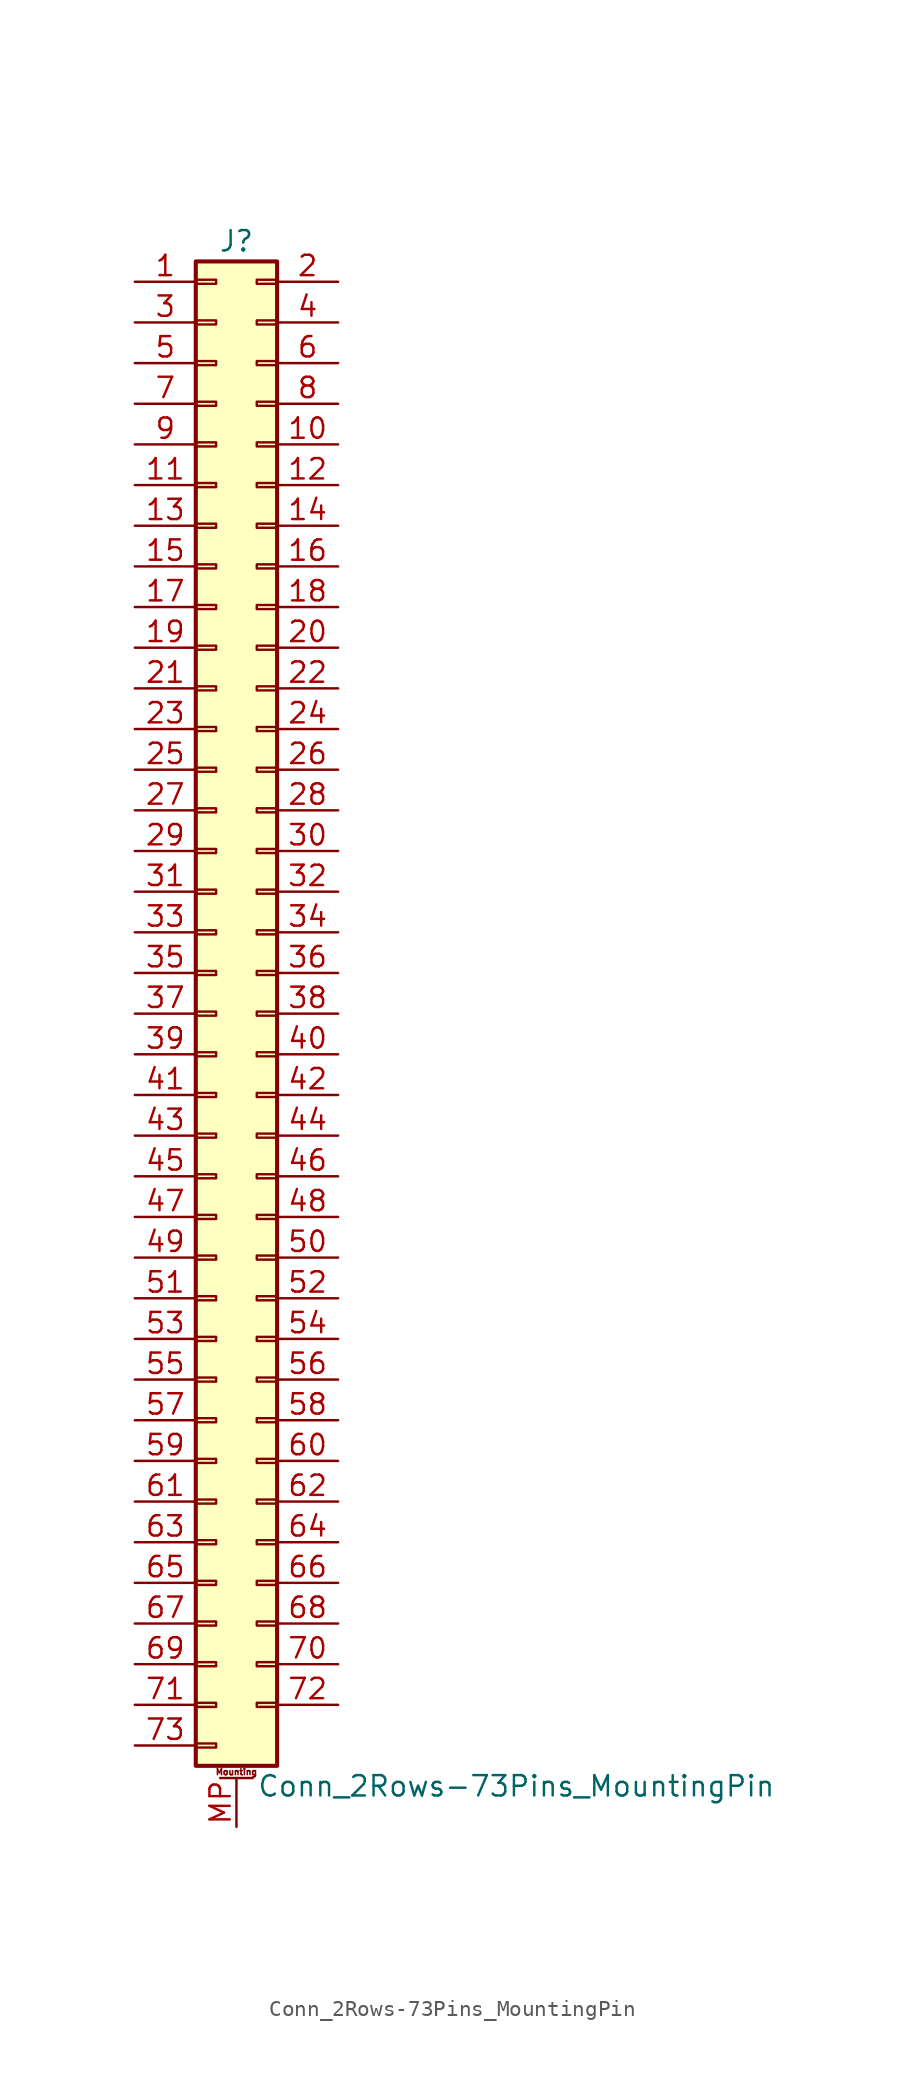
<source format=kicad_sym>
(kicad_symbol_lib
  (version 20200908)
  (generator kicad_symbol_editor)
  (symbol "Connector_Generic_MountingPin:Conn_2Rows-73Pins_MountingPin"
    (pin_names
      (offset 1.016) hide)
    (property "Reference" "J"
      (at 1.27 48.26 0)
      (effects (font (size 1.27 1.27))))
    (property "Value" "Conn_2Rows-73Pins_MountingPin"
      (at 2.54 -48.26 0)
      (effects (font (size 1.27 1.27)) (justify left)))
    (symbol "Conn_2Rows-73Pins_MountingPin_1_1"
      (text "Mounting" (at 1.27 -47.371 0) (effects (font (size 0.381 0.381))))
      (rectangle (start -1.27 -27.813) (end 0 -28.067) (stroke (width 0.152)) (fill (type none)))
      (rectangle (start -1.27 -30.353) (end 0 -30.607) (stroke (width 0.152)) (fill (type none)))
      (rectangle (start -1.27 -32.893) (end 0 -33.147) (stroke (width 0.152)) (fill (type none)))
      (rectangle (start -1.27 -35.433) (end 0 -35.687) (stroke (width 0.152)) (fill (type none)))
      (rectangle (start -1.27 -37.973) (end 0 -38.227) (stroke (width 0.152)) (fill (type none)))
      (rectangle (start -1.27 -40.513) (end 0 -40.767) (stroke (width 0.152)) (fill (type none)))
      (rectangle (start -1.27 -43.053) (end 0 -43.307) (stroke (width 0.152)) (fill (type none)))
      (rectangle (start -1.27 -45.593) (end 0 -45.847) (stroke (width 0.152)) (fill (type none)))
      (rectangle (start -1.27 -4.953) (end 0 -5.207) (stroke (width 0.152)) (fill (type none)))
      (rectangle (start -1.27 -7.493) (end 0 -7.747) (stroke (width 0.152)) (fill (type none)))
      (rectangle (start -1.27 -10.033) (end 0 -10.287) (stroke (width 0.152)) (fill (type none)))
      (rectangle (start -1.27 -12.573) (end 0 -12.827) (stroke (width 0.152)) (fill (type none)))
      (rectangle (start -1.27 -15.113) (end 0 -15.367) (stroke (width 0.152)) (fill (type none)))
      (rectangle (start -1.27 -17.653) (end 0 -17.907) (stroke (width 0.152)) (fill (type none)))
      (rectangle (start -1.27 -20.193) (end 0 -20.447) (stroke (width 0.152)) (fill (type none)))
      (rectangle (start -1.27 -22.733) (end 0 -22.987) (stroke (width 0.152)) (fill (type none)))
      (rectangle (start -1.27 -2.413) (end 0 -2.667) (stroke (width 0.152)) (fill (type none)))
      (rectangle (start -1.27 -25.273) (end 0 -25.527) (stroke (width 0.152)) (fill (type none)))
      (rectangle (start -1.27 25.527) (end 0 25.273) (stroke (width 0.152)) (fill (type none)))
      (rectangle (start -1.27 2.667) (end 0 2.413) (stroke (width 0.152)) (fill (type none)))
      (rectangle (start -1.27 28.067) (end 0 27.813) (stroke (width 0.152)) (fill (type none)))
      (rectangle (start -1.27 30.607) (end 0 30.353) (stroke (width 0.152)) (fill (type none)))
      (rectangle (start -1.27 33.147) (end 0 32.893) (stroke (width 0.152)) (fill (type none)))
      (rectangle (start -1.27 35.687) (end 0 35.433) (stroke (width 0.152)) (fill (type none)))
      (rectangle (start -1.27 38.227) (end 0 37.973) (stroke (width 0.152)) (fill (type none)))
      (rectangle (start -1.27 40.767) (end 0 40.513) (stroke (width 0.152)) (fill (type none)))
      (rectangle (start -1.27 43.307) (end 0 43.053) (stroke (width 0.152)) (fill (type none)))
      (rectangle (start -1.27 45.847) (end 0 45.593) (stroke (width 0.152)) (fill (type none)))
      (rectangle (start -1.27 46.99) (end 3.81 -46.99) (stroke (width 0.254)) (fill (type background)))
      (rectangle (start -1.27 5.207) (end 0 4.953) (stroke (width 0.152)) (fill (type none)))
      (rectangle (start -1.27 7.747) (end 0 7.493) (stroke (width 0.152)) (fill (type none)))
      (rectangle (start -1.27 10.287) (end 0 10.033) (stroke (width 0.152)) (fill (type none)))
      (rectangle (start -1.27 0.127) (end 0 -0.127) (stroke (width 0.152)) (fill (type none)))
      (rectangle (start -1.27 12.827) (end 0 12.573) (stroke (width 0.152)) (fill (type none)))
      (rectangle (start -1.27 15.367) (end 0 15.113) (stroke (width 0.152)) (fill (type none)))
      (rectangle (start -1.27 17.907) (end 0 17.653) (stroke (width 0.152)) (fill (type none)))
      (rectangle (start -1.27 20.447) (end 0 20.193) (stroke (width 0.152)) (fill (type none)))
      (rectangle (start -1.27 22.987) (end 0 22.733) (stroke (width 0.152)) (fill (type none)))
      (rectangle (start 3.81 -27.813) (end 2.54 -28.067) (stroke (width 0.152)) (fill (type none)))
      (rectangle (start 3.81 -30.353) (end 2.54 -30.607) (stroke (width 0.152)) (fill (type none)))
      (rectangle (start 3.81 -32.893) (end 2.54 -33.147) (stroke (width 0.152)) (fill (type none)))
      (rectangle (start 3.81 -35.433) (end 2.54 -35.687) (stroke (width 0.152)) (fill (type none)))
      (rectangle (start 3.81 -37.973) (end 2.54 -38.227) (stroke (width 0.152)) (fill (type none)))
      (rectangle (start 3.81 -40.513) (end 2.54 -40.767) (stroke (width 0.152)) (fill (type none)))
      (rectangle (start 3.81 -43.053) (end 2.54 -43.307) (stroke (width 0.152)) (fill (type none)))
      (rectangle (start 3.81 -4.953) (end 2.54 -5.207) (stroke (width 0.152)) (fill (type none)))
      (rectangle (start 3.81 -7.493) (end 2.54 -7.747) (stroke (width 0.152)) (fill (type none)))
      (rectangle (start 3.81 -10.033) (end 2.54 -10.287) (stroke (width 0.152)) (fill (type none)))
      (rectangle (start 3.81 -12.573) (end 2.54 -12.827) (stroke (width 0.152)) (fill (type none)))
      (rectangle (start 3.81 -15.113) (end 2.54 -15.367) (stroke (width 0.152)) (fill (type none)))
      (rectangle (start 3.81 -17.653) (end 2.54 -17.907) (stroke (width 0.152)) (fill (type none)))
      (rectangle (start 3.81 -20.193) (end 2.54 -20.447) (stroke (width 0.152)) (fill (type none)))
      (rectangle (start 3.81 -22.733) (end 2.54 -22.987) (stroke (width 0.152)) (fill (type none)))
      (rectangle (start 3.81 -2.413) (end 2.54 -2.667) (stroke (width 0.152)) (fill (type none)))
      (rectangle (start 3.81 -25.273) (end 2.54 -25.527) (stroke (width 0.152)) (fill (type none)))
      (rectangle (start 3.81 25.527) (end 2.54 25.273) (stroke (width 0.152)) (fill (type none)))
      (rectangle (start 3.81 2.667) (end 2.54 2.413) (stroke (width 0.152)) (fill (type none)))
      (rectangle (start 3.81 28.067) (end 2.54 27.813) (stroke (width 0.152)) (fill (type none)))
      (rectangle (start 3.81 30.607) (end 2.54 30.353) (stroke (width 0.152)) (fill (type none)))
      (rectangle (start 3.81 33.147) (end 2.54 32.893) (stroke (width 0.152)) (fill (type none)))
      (rectangle (start 3.81 35.687) (end 2.54 35.433) (stroke (width 0.152)) (fill (type none)))
      (rectangle (start 3.81 38.227) (end 2.54 37.973) (stroke (width 0.152)) (fill (type none)))
      (rectangle (start 3.81 40.767) (end 2.54 40.513) (stroke (width 0.152)) (fill (type none)))
      (rectangle (start 3.81 43.307) (end 2.54 43.053) (stroke (width 0.152)) (fill (type none)))
      (rectangle (start 3.81 45.847) (end 2.54 45.593) (stroke (width 0.152)) (fill (type none)))
      (rectangle (start 3.81 5.207) (end 2.54 4.953) (stroke (width 0.152)) (fill (type none)))
      (rectangle (start 3.81 7.747) (end 2.54 7.493) (stroke (width 0.152)) (fill (type none)))
      (rectangle (start 3.81 10.287) (end 2.54 10.033) (stroke (width 0.152)) (fill (type none)))
      (rectangle (start 3.81 0.127) (end 2.54 -0.127) (stroke (width 0.152)) (fill (type none)))
      (rectangle (start 3.81 12.827) (end 2.54 12.573) (stroke (width 0.152)) (fill (type none)))
      (rectangle (start 3.81 15.367) (end 2.54 15.113) (stroke (width 0.152)) (fill (type none)))
      (rectangle (start 3.81 17.907) (end 2.54 17.653) (stroke (width 0.152)) (fill (type none)))
      (rectangle (start 3.81 20.447) (end 2.54 20.193) (stroke (width 0.152)) (fill (type none)))
      (rectangle (start 3.81 22.987) (end 2.54 22.733) (stroke (width 0.152)) (fill (type none)))
      (polyline (pts (xy 0.254 -47.752) (xy 2.286 -47.752)) (stroke (width 0.152)) (fill (type none)))
      (pin passive line (at 1.27 -50.8 90) (length 3.048) (name "MountPin" (effects (font (size 1.27 1.27)))) (number "MP" (effects (font (size 1.27 1.27)))))
      (pin passive line (at -5.08 45.72 0) (length 3.81) (name "Pin_1" (effects (font (size 1.27 1.27)))) (number "1" (effects (font (size 1.27 1.27)))))
      (pin passive line (at 7.62 35.56 180) (length 3.81) (name "Pin_10" (effects (font (size 1.27 1.27)))) (number "10" (effects (font (size 1.27 1.27)))))
      (pin passive line (at -5.08 33.02 0) (length 3.81) (name "Pin_11" (effects (font (size 1.27 1.27)))) (number "11" (effects (font (size 1.27 1.27)))))
      (pin passive line (at 7.62 33.02 180) (length 3.81) (name "Pin_12" (effects (font (size 1.27 1.27)))) (number "12" (effects (font (size 1.27 1.27)))))
      (pin passive line (at -5.08 30.48 0) (length 3.81) (name "Pin_13" (effects (font (size 1.27 1.27)))) (number "13" (effects (font (size 1.27 1.27)))))
      (pin passive line (at 7.62 30.48 180) (length 3.81) (name "Pin_14" (effects (font (size 1.27 1.27)))) (number "14" (effects (font (size 1.27 1.27)))))
      (pin passive line (at -5.08 27.94 0) (length 3.81) (name "Pin_15" (effects (font (size 1.27 1.27)))) (number "15" (effects (font (size 1.27 1.27)))))
      (pin passive line (at 7.62 27.94 180) (length 3.81) (name "Pin_16" (effects (font (size 1.27 1.27)))) (number "16" (effects (font (size 1.27 1.27)))))
      (pin passive line (at -5.08 25.4 0) (length 3.81) (name "Pin_17" (effects (font (size 1.27 1.27)))) (number "17" (effects (font (size 1.27 1.27)))))
      (pin passive line (at 7.62 25.4 180) (length 3.81) (name "Pin_18" (effects (font (size 1.27 1.27)))) (number "18" (effects (font (size 1.27 1.27)))))
      (pin passive line (at -5.08 22.86 0) (length 3.81) (name "Pin_19" (effects (font (size 1.27 1.27)))) (number "19" (effects (font (size 1.27 1.27)))))
      (pin passive line (at 7.62 45.72 180) (length 3.81) (name "Pin_2" (effects (font (size 1.27 1.27)))) (number "2" (effects (font (size 1.27 1.27)))))
      (pin passive line (at 7.62 22.86 180) (length 3.81) (name "Pin_20" (effects (font (size 1.27 1.27)))) (number "20" (effects (font (size 1.27 1.27)))))
      (pin passive line (at -5.08 20.32 0) (length 3.81) (name "Pin_21" (effects (font (size 1.27 1.27)))) (number "21" (effects (font (size 1.27 1.27)))))
      (pin passive line (at 7.62 20.32 180) (length 3.81) (name "Pin_22" (effects (font (size 1.27 1.27)))) (number "22" (effects (font (size 1.27 1.27)))))
      (pin passive line (at -5.08 17.78 0) (length 3.81) (name "Pin_23" (effects (font (size 1.27 1.27)))) (number "23" (effects (font (size 1.27 1.27)))))
      (pin passive line (at 7.62 17.78 180) (length 3.81) (name "Pin_24" (effects (font (size 1.27 1.27)))) (number "24" (effects (font (size 1.27 1.27)))))
      (pin passive line (at -5.08 15.24 0) (length 3.81) (name "Pin_25" (effects (font (size 1.27 1.27)))) (number "25" (effects (font (size 1.27 1.27)))))
      (pin passive line (at 7.62 15.24 180) (length 3.81) (name "Pin_26" (effects (font (size 1.27 1.27)))) (number "26" (effects (font (size 1.27 1.27)))))
      (pin passive line (at -5.08 12.7 0) (length 3.81) (name "Pin_27" (effects (font (size 1.27 1.27)))) (number "27" (effects (font (size 1.27 1.27)))))
      (pin passive line (at 7.62 12.7 180) (length 3.81) (name "Pin_28" (effects (font (size 1.27 1.27)))) (number "28" (effects (font (size 1.27 1.27)))))
      (pin passive line (at -5.08 10.16 0) (length 3.81) (name "Pin_29" (effects (font (size 1.27 1.27)))) (number "29" (effects (font (size 1.27 1.27)))))
      (pin passive line (at -5.08 43.18 0) (length 3.81) (name "Pin_3" (effects (font (size 1.27 1.27)))) (number "3" (effects (font (size 1.27 1.27)))))
      (pin passive line (at 7.62 10.16 180) (length 3.81) (name "Pin_30" (effects (font (size 1.27 1.27)))) (number "30" (effects (font (size 1.27 1.27)))))
      (pin passive line (at -5.08 7.62 0) (length 3.81) (name "Pin_31" (effects (font (size 1.27 1.27)))) (number "31" (effects (font (size 1.27 1.27)))))
      (pin passive line (at 7.62 7.62 180) (length 3.81) (name "Pin_32" (effects (font (size 1.27 1.27)))) (number "32" (effects (font (size 1.27 1.27)))))
      (pin passive line (at -5.08 5.08 0) (length 3.81) (name "Pin_33" (effects (font (size 1.27 1.27)))) (number "33" (effects (font (size 1.27 1.27)))))
      (pin passive line (at 7.62 5.08 180) (length 3.81) (name "Pin_34" (effects (font (size 1.27 1.27)))) (number "34" (effects (font (size 1.27 1.27)))))
      (pin passive line (at -5.08 2.54 0) (length 3.81) (name "Pin_35" (effects (font (size 1.27 1.27)))) (number "35" (effects (font (size 1.27 1.27)))))
      (pin passive line (at 7.62 2.54 180) (length 3.81) (name "Pin_36" (effects (font (size 1.27 1.27)))) (number "36" (effects (font (size 1.27 1.27)))))
      (pin passive line (at -5.08 0 0) (length 3.81) (name "Pin_37" (effects (font (size 1.27 1.27)))) (number "37" (effects (font (size 1.27 1.27)))))
      (pin passive line (at 7.62 0 180) (length 3.81) (name "Pin_38" (effects (font (size 1.27 1.27)))) (number "38" (effects (font (size 1.27 1.27)))))
      (pin passive line (at -5.08 -2.54 0) (length 3.81) (name "Pin_39" (effects (font (size 1.27 1.27)))) (number "39" (effects (font (size 1.27 1.27)))))
      (pin passive line (at 7.62 43.18 180) (length 3.81) (name "Pin_4" (effects (font (size 1.27 1.27)))) (number "4" (effects (font (size 1.27 1.27)))))
      (pin passive line (at 7.62 -2.54 180) (length 3.81) (name "Pin_40" (effects (font (size 1.27 1.27)))) (number "40" (effects (font (size 1.27 1.27)))))
      (pin passive line (at -5.08 -5.08 0) (length 3.81) (name "Pin_41" (effects (font (size 1.27 1.27)))) (number "41" (effects (font (size 1.27 1.27)))))
      (pin passive line (at 7.62 -5.08 180) (length 3.81) (name "Pin_42" (effects (font (size 1.27 1.27)))) (number "42" (effects (font (size 1.27 1.27)))))
      (pin passive line (at -5.08 -7.62 0) (length 3.81) (name "Pin_43" (effects (font (size 1.27 1.27)))) (number "43" (effects (font (size 1.27 1.27)))))
      (pin passive line (at 7.62 -7.62 180) (length 3.81) (name "Pin_44" (effects (font (size 1.27 1.27)))) (number "44" (effects (font (size 1.27 1.27)))))
      (pin passive line (at -5.08 -10.16 0) (length 3.81) (name "Pin_45" (effects (font (size 1.27 1.27)))) (number "45" (effects (font (size 1.27 1.27)))))
      (pin passive line (at 7.62 -10.16 180) (length 3.81) (name "Pin_46" (effects (font (size 1.27 1.27)))) (number "46" (effects (font (size 1.27 1.27)))))
      (pin passive line (at -5.08 -12.7 0) (length 3.81) (name "Pin_47" (effects (font (size 1.27 1.27)))) (number "47" (effects (font (size 1.27 1.27)))))
      (pin passive line (at 7.62 -12.7 180) (length 3.81) (name "Pin_48" (effects (font (size 1.27 1.27)))) (number "48" (effects (font (size 1.27 1.27)))))
      (pin passive line (at -5.08 -15.24 0) (length 3.81) (name "Pin_49" (effects (font (size 1.27 1.27)))) (number "49" (effects (font (size 1.27 1.27)))))
      (pin passive line (at -5.08 40.64 0) (length 3.81) (name "Pin_5" (effects (font (size 1.27 1.27)))) (number "5" (effects (font (size 1.27 1.27)))))
      (pin passive line (at 7.62 -15.24 180) (length 3.81) (name "Pin_50" (effects (font (size 1.27 1.27)))) (number "50" (effects (font (size 1.27 1.27)))))
      (pin passive line (at -5.08 -17.78 0) (length 3.81) (name "Pin_51" (effects (font (size 1.27 1.27)))) (number "51" (effects (font (size 1.27 1.27)))))
      (pin passive line (at 7.62 -17.78 180) (length 3.81) (name "Pin_52" (effects (font (size 1.27 1.27)))) (number "52" (effects (font (size 1.27 1.27)))))
      (pin passive line (at -5.08 -20.32 0) (length 3.81) (name "Pin_53" (effects (font (size 1.27 1.27)))) (number "53" (effects (font (size 1.27 1.27)))))
      (pin passive line (at 7.62 -20.32 180) (length 3.81) (name "Pin_54" (effects (font (size 1.27 1.27)))) (number "54" (effects (font (size 1.27 1.27)))))
      (pin passive line (at -5.08 -22.86 0) (length 3.81) (name "Pin_55" (effects (font (size 1.27 1.27)))) (number "55" (effects (font (size 1.27 1.27)))))
      (pin passive line (at 7.62 -22.86 180) (length 3.81) (name "Pin_56" (effects (font (size 1.27 1.27)))) (number "56" (effects (font (size 1.27 1.27)))))
      (pin passive line (at -5.08 -25.4 0) (length 3.81) (name "Pin_57" (effects (font (size 1.27 1.27)))) (number "57" (effects (font (size 1.27 1.27)))))
      (pin passive line (at 7.62 -25.4 180) (length 3.81) (name "Pin_58" (effects (font (size 1.27 1.27)))) (number "58" (effects (font (size 1.27 1.27)))))
      (pin passive line (at -5.08 -27.94 0) (length 3.81) (name "Pin_59" (effects (font (size 1.27 1.27)))) (number "59" (effects (font (size 1.27 1.27)))))
      (pin passive line (at 7.62 40.64 180) (length 3.81) (name "Pin_6" (effects (font (size 1.27 1.27)))) (number "6" (effects (font (size 1.27 1.27)))))
      (pin passive line (at 7.62 -27.94 180) (length 3.81) (name "Pin_60" (effects (font (size 1.27 1.27)))) (number "60" (effects (font (size 1.27 1.27)))))
      (pin passive line (at -5.08 -30.48 0) (length 3.81) (name "Pin_61" (effects (font (size 1.27 1.27)))) (number "61" (effects (font (size 1.27 1.27)))))
      (pin passive line (at 7.62 -30.48 180) (length 3.81) (name "Pin_62" (effects (font (size 1.27 1.27)))) (number "62" (effects (font (size 1.27 1.27)))))
      (pin passive line (at -5.08 -33.02 0) (length 3.81) (name "Pin_63" (effects (font (size 1.27 1.27)))) (number "63" (effects (font (size 1.27 1.27)))))
      (pin passive line (at 7.62 -33.02 180) (length 3.81) (name "Pin_64" (effects (font (size 1.27 1.27)))) (number "64" (effects (font (size 1.27 1.27)))))
      (pin passive line (at -5.08 -35.56 0) (length 3.81) (name "Pin_65" (effects (font (size 1.27 1.27)))) (number "65" (effects (font (size 1.27 1.27)))))
      (pin passive line (at 7.62 -35.56 180) (length 3.81) (name "Pin_66" (effects (font (size 1.27 1.27)))) (number "66" (effects (font (size 1.27 1.27)))))
      (pin passive line (at -5.08 -38.1 0) (length 3.81) (name "Pin_67" (effects (font (size 1.27 1.27)))) (number "67" (effects (font (size 1.27 1.27)))))
      (pin passive line (at 7.62 -38.1 180) (length 3.81) (name "Pin_68" (effects (font (size 1.27 1.27)))) (number "68" (effects (font (size 1.27 1.27)))))
      (pin passive line (at -5.08 -40.64 0) (length 3.81) (name "Pin_69" (effects (font (size 1.27 1.27)))) (number "69" (effects (font (size 1.27 1.27)))))
      (pin passive line (at -5.08 38.1 0) (length 3.81) (name "Pin_7" (effects (font (size 1.27 1.27)))) (number "7" (effects (font (size 1.27 1.27)))))
      (pin passive line (at 7.62 -40.64 180) (length 3.81) (name "Pin_70" (effects (font (size 1.27 1.27)))) (number "70" (effects (font (size 1.27 1.27)))))
      (pin passive line (at -5.08 -43.18 0) (length 3.81) (name "Pin_71" (effects (font (size 1.27 1.27)))) (number "71" (effects (font (size 1.27 1.27)))))
      (pin passive line (at 7.62 -43.18 180) (length 3.81) (name "Pin_72" (effects (font (size 1.27 1.27)))) (number "72" (effects (font (size 1.27 1.27)))))
      (pin passive line (at -5.08 -45.72 0) (length 3.81) (name "Pin_73" (effects (font (size 1.27 1.27)))) (number "73" (effects (font (size 1.27 1.27)))))
      (pin passive line (at 7.62 38.1 180) (length 3.81) (name "Pin_8" (effects (font (size 1.27 1.27)))) (number "8" (effects (font (size 1.27 1.27)))))
      (pin passive line (at -5.08 35.56 0) (length 3.81) (name "Pin_9" (effects (font (size 1.27 1.27)))) (number "9" (effects (font (size 1.27 1.27))))))))
</source>
